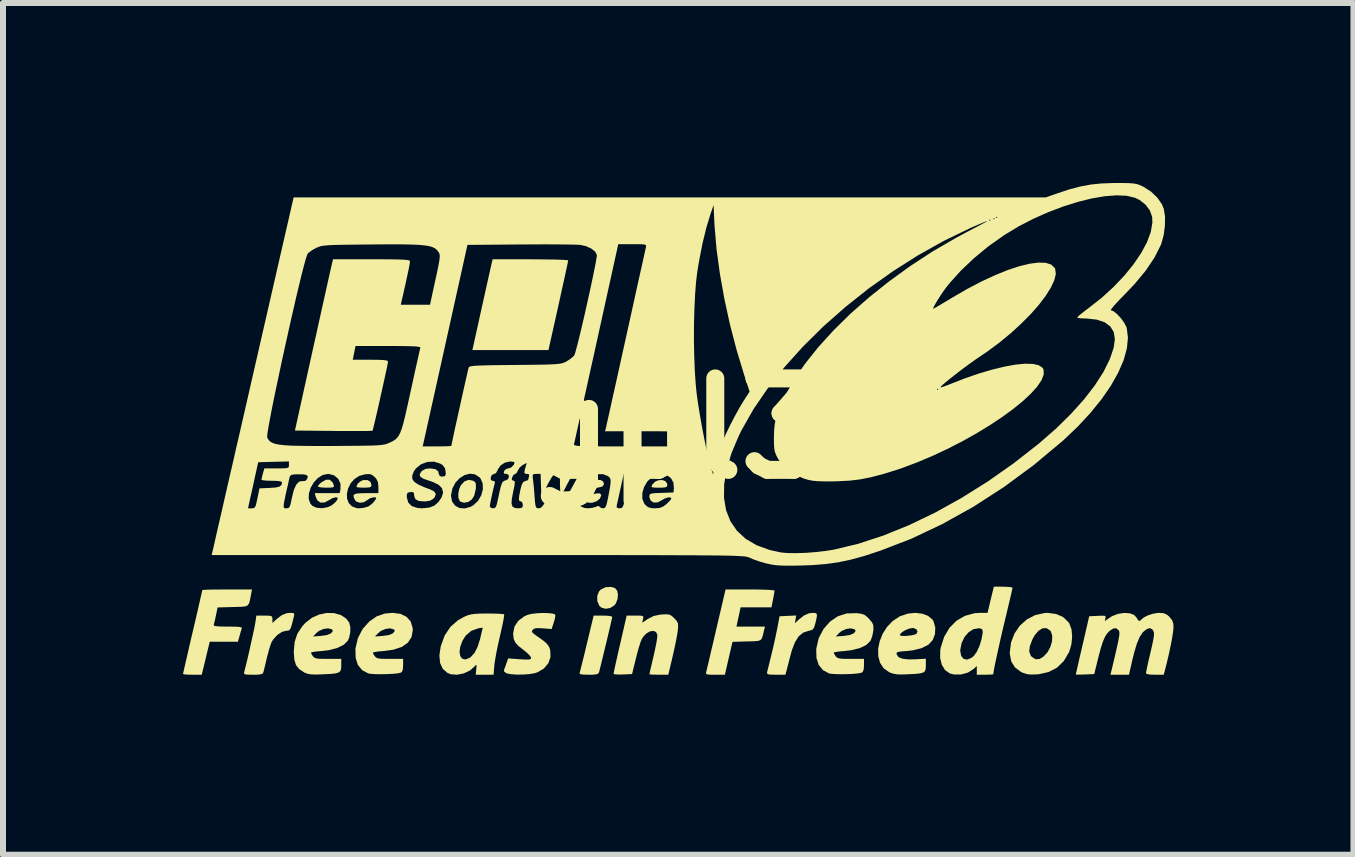
<source format=kicad_pcb>
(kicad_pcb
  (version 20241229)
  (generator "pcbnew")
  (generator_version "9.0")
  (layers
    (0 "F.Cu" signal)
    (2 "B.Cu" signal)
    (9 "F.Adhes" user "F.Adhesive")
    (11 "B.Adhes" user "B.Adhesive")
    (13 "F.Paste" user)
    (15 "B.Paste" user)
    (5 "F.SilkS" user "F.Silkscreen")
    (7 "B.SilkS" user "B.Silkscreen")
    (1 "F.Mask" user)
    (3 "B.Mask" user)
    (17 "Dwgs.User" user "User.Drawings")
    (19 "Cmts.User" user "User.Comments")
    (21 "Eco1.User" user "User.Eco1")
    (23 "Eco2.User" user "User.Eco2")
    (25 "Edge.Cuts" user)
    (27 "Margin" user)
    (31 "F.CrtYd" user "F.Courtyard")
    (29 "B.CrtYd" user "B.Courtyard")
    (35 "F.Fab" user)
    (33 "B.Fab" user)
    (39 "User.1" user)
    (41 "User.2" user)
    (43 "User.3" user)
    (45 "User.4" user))
  (footprint "gpl3"
    (layer "F.Cu")
    (at 8.253 4.091)
    (property "Reference" "gpl3" (at 0 0 0) (layer "F.SilkS") (effects (font (size 1.524 1.524) (thickness 0.3))))
    (attr board_only exclude_from_pos_files exclude_from_bom)
    (fp_poly (pts (xy -5.128 0.89) (xy -5.112 0.943) (xy -5.118 0.968) (xy -5.145 0.981) (xy -5.201 0.985) (xy -5.238 0.986) (xy -5.307 0.984) (xy -5.353 0.978) (xy -5.364 0.973) (xy -5.344 0.921) (xy -5.294 0.878) (xy -5.249 0.859) (xy -5.176 0.859)) (stroke (width 0) (type solid)) (fill yes) (layer "F.SilkS"))
    (fp_poly (pts (xy -1.306 1.082) (xy -1.285 1.104) (xy -1.284 1.112) (xy -1.304 1.166) (xy -1.357 1.21) (xy -1.427 1.236) (xy -1.456 1.238) (xy -1.51 1.234) (xy -1.532 1.214) (xy -1.536 1.182) (xy -1.527 1.141) (xy -1.492 1.115) (xy -1.45 1.102) (xy -1.36 1.081)) (stroke (width 0) (type solid)) (fill yes) (layer "F.SilkS"))
    (fp_poly (pts (xy -5.808 0.854) (xy -5.761 0.896) (xy -5.744 0.934) (xy -5.738 0.963) (xy -5.748 0.978) (xy -5.785 0.984) (xy -5.857 0.986) (xy -5.867 0.986) (xy -5.94 0.983) (xy -5.99 0.974) (xy -6.006 0.964) (xy -5.99 0.937) (xy -5.95 0.899) (xy -5.946 0.896) (xy -5.871 0.854)) (stroke (width 0) (type solid)) (fill yes) (layer "F.SilkS"))
    (fp_poly (pts (xy -0.216 0.876) (xy -0.186 0.917) (xy -0.183 0.939) (xy -0.188 0.965) (xy -0.21 0.979) (xy -0.259 0.985) (xy -0.322 0.986) (xy -0.397 0.985) (xy -0.436 0.979) (xy -0.446 0.966) (xy -0.436 0.941) (xy -0.435 0.939) (xy -0.39 0.889) (xy -0.331 0.862) (xy -0.268 0.858)) (stroke (width 0) (type solid)) (fill yes) (layer "F.SilkS"))
    (fp_poly (pts (xy -1.053 2.66) (xy -1.018 2.702) (xy -1.005 2.769) (xy -1.013 2.845) (xy -1.041 2.916) (xy -1.065 2.947) (xy -1.134 2.991) (xy -1.21 3.004) (xy -1.279 2.986) (xy -1.317 2.952) (xy -1.35 2.873) (xy -1.35 2.787) (xy -1.319 2.713) (xy -1.292 2.684) (xy -1.209 2.644) (xy -1.117 2.64)) (stroke (width 0) (type solid)) (fill yes) (layer "F.SilkS"))
    (fp_poly (pts (xy -3.417 0.871) (xy -3.415 0.871) (xy -3.385 0.894) (xy -3.372 0.927) (xy -3.373 0.987) (xy -3.375 1.012) (xy -3.401 1.121) (xy -3.439 1.181) (xy -3.501 1.224) (xy -3.57 1.237) (xy -3.63 1.219) (xy -3.64 1.21) (xy -3.663 1.16) (xy -3.666 1.085) (xy -3.649 1.004) (xy -3.623 0.946) (xy -3.563 0.881) (xy -3.491 0.855)) (stroke (width 0) (type solid)) (fill yes) (layer "F.SilkS"))
    (fp_poly (pts (xy -2.299 -2.819) (xy -2.151 -2.817) (xy -2.024 -2.815) (xy -1.925 -2.811) (xy -1.86 -2.807) (xy -1.834 -2.803) (xy -1.834 -2.802) (xy -1.839 -2.777) (xy -1.852 -2.712) (xy -1.874 -2.613) (xy -1.901 -2.485) (xy -1.935 -2.334) (xy -1.972 -2.165) (xy -1.998 -2.046) (xy -2.163 -1.307) (xy -3.431 -1.307) (xy -3.275 -2.012) (xy -3.236 -2.187) (xy -3.2 -2.35) (xy -3.168 -2.494) (xy -3.141 -2.614) (xy -3.121 -2.704) (xy -3.109 -2.757) (xy -3.106 -2.768) (xy -3.094 -2.82) (xy -2.464 -2.82)) (stroke (width 0) (type solid)) (fill yes) (layer "F.SilkS"))
    (fp_poly (pts (xy -1.178 3.12) (xy -1.122 3.128) (xy -1.1 3.138) (xy -1.1 3.138) (xy -1.105 3.165) (xy -1.119 3.227) (xy -1.14 3.318) (xy -1.166 3.429) (xy -1.195 3.551) (xy -1.226 3.677) (xy -1.255 3.798) (xy -1.281 3.906) (xy -1.303 3.993) (xy -1.317 4.051) (xy -1.321 4.063) (xy -1.335 4.085) (xy -1.367 4.097) (xy -1.429 4.103) (xy -1.494 4.103) (xy -1.582 4.101) (xy -1.631 4.094) (xy -1.646 4.08) (xy -1.644 4.075) (xy -1.636 4.045) (xy -1.619 3.977) (xy -1.594 3.879) (xy -1.564 3.758) (xy -1.531 3.62) (xy -1.522 3.582) (xy -1.41 3.118) (xy -1.255 3.118)) (stroke (width 0) (type solid)) (fill yes) (layer "F.SilkS"))
    (fp_poly (pts (xy 1.327 2.683) (xy 1.441 2.686) (xy 1.53 2.69) (xy 1.587 2.696) (xy 1.605 2.701) (xy 1.6 2.733) (xy 1.59 2.794) (xy 1.579 2.85) (xy 1.553 2.98) (xy 1.039 2.98) (xy 0.97 3.301) (xy 1.445 3.301) (xy 1.429 3.364) (xy 1.411 3.443) (xy 1.394 3.494) (xy 1.372 3.525) (xy 1.333 3.539) (xy 1.27 3.545) (xy 1.172 3.548) (xy 1.144 3.548) (xy 0.904 3.555) (xy 0.84 3.829) (xy 0.777 4.103) (xy 0.615 4.103) (xy 0.531 4.103) (xy 0.484 4.098) (xy 0.464 4.087) (xy 0.463 4.066) (xy 0.467 4.052) (xy 0.475 4.017) (xy 0.493 3.943) (xy 0.518 3.838) (xy 0.549 3.705) (xy 0.585 3.553) (xy 0.624 3.386) (xy 0.634 3.341) (xy 0.788 2.682) (xy 1.196 2.682)) (stroke (width 0) (type solid)) (fill yes) (layer "F.SilkS"))
    (fp_poly (pts (xy 2.287 3.075) (xy 2.308 3.089) (xy 2.311 3.125) (xy 2.298 3.191) (xy 2.285 3.244) (xy 2.265 3.312) (xy 2.242 3.348) (xy 2.205 3.365) (xy 2.171 3.372) (xy 2.081 3.402) (xy 2.007 3.463) (xy 1.946 3.56) (xy 1.893 3.696) (xy 1.869 3.784) (xy 1.845 3.876) (xy 1.822 3.965) (xy 1.809 4.017) (xy 1.786 4.103) (xy 1.629 4.103) (xy 1.546 4.102) (xy 1.499 4.096) (xy 1.481 4.084) (xy 1.48 4.063) (xy 1.489 4.025) (xy 1.507 3.954) (xy 1.53 3.86) (xy 1.549 3.782) (xy 1.58 3.654) (xy 1.612 3.513) (xy 1.639 3.383) (xy 1.649 3.335) (xy 1.688 3.129) (xy 1.827 3.122) (xy 1.966 3.116) (xy 1.943 3.244) (xy 2.009 3.184) (xy 2.098 3.114) (xy 2.18 3.079) (xy 2.245 3.072)) (stroke (width 0) (type solid)) (fill yes) (layer "F.SilkS"))
    (fp_poly (pts (xy 6.298 3.091) (xy 6.415 3.143) (xy 6.502 3.227) (xy 6.519 3.253) (xy 6.554 3.35) (xy 6.564 3.47) (xy 6.551 3.599) (xy 6.515 3.721) (xy 6.512 3.727) (xy 6.425 3.875) (xy 6.312 3.985) (xy 6.172 4.058) (xy 6.005 4.095) (xy 5.972 4.097) (xy 5.876 4.1) (xy 5.806 4.092) (xy 5.743 4.071) (xy 5.708 4.054) (xy 5.61 3.98) (xy 5.549 3.881) (xy 5.525 3.756) (xy 5.525 3.735) (xy 5.527 3.717) (xy 5.849 3.717) (xy 5.874 3.785) (xy 5.892 3.805) (xy 5.953 3.845) (xy 6.019 3.841) (xy 6.084 3.803) (xy 6.152 3.731) (xy 6.201 3.64) (xy 6.229 3.543) (xy 6.232 3.452) (xy 6.208 3.379) (xy 6.197 3.366) (xy 6.137 3.327) (xy 6.071 3.33) (xy 6.002 3.371) (xy 5.938 3.448) (xy 5.901 3.516) (xy 5.858 3.63) (xy 5.849 3.717) (xy 5.527 3.717) (xy 5.545 3.567) (xy 5.603 3.416) (xy 5.693 3.285) (xy 5.81 3.181) (xy 5.948 3.109) (xy 6.104 3.075) (xy 6.155 3.072)) (stroke (width 0) (type solid)) (fill yes) (layer "F.SilkS"))
    (fp_poly (pts (xy -6.414 3.075) (xy -6.399 3.095) (xy -6.406 3.135) (xy -6.432 3.239) (xy -6.451 3.307) (xy -6.468 3.346) (xy -6.488 3.364) (xy -6.513 3.37) (xy -6.533 3.37) (xy -6.604 3.389) (xy -6.68 3.439) (xy -6.746 3.51) (xy -6.775 3.555) (xy -6.796 3.608) (xy -6.821 3.69) (xy -6.847 3.787) (xy -6.856 3.822) (xy -6.878 3.917) (xy -6.898 3.998) (xy -6.911 4.052) (xy -6.914 4.063) (xy -6.928 4.085) (xy -6.961 4.097) (xy -7.023 4.103) (xy -7.087 4.103) (xy -7.171 4.102) (xy -7.217 4.097) (xy -7.236 4.085) (xy -7.235 4.065) (xy -7.235 4.063) (xy -7.22 4.007) (xy -7.198 3.918) (xy -7.171 3.805) (xy -7.142 3.679) (xy -7.114 3.55) (xy -7.087 3.429) (xy -7.065 3.326) (xy -7.051 3.251) (xy -7.046 3.223) (xy -7.031 3.118) (xy -6.897 3.118) (xy -6.822 3.119) (xy -6.782 3.126) (xy -6.766 3.143) (xy -6.763 3.176) (xy -6.763 3.179) (xy -6.763 3.241) (xy -6.7 3.182) (xy -6.61 3.112) (xy -6.526 3.078) (xy -6.464 3.072)) (stroke (width 0) (type solid)) (fill yes) (layer "F.SilkS"))
    (fp_poly (pts (xy -7.12 2.768) (xy -7.136 2.854) (xy -7.151 2.911) (xy -7.174 2.946) (xy -7.213 2.964) (xy -7.277 2.971) (xy -7.375 2.974) (xy -7.422 2.975) (xy -7.677 2.982) (xy -7.704 3.112) (xy -7.72 3.188) (xy -7.735 3.248) (xy -7.742 3.272) (xy -7.737 3.285) (xy -7.705 3.294) (xy -7.64 3.299) (xy -7.537 3.301) (xy -7.508 3.301) (xy -7.398 3.302) (xy -7.326 3.305) (xy -7.287 3.312) (xy -7.274 3.324) (xy -7.275 3.334) (xy -7.288 3.376) (xy -7.307 3.441) (xy -7.312 3.46) (xy -7.338 3.553) (xy -7.808 3.553) (xy -7.874 3.828) (xy -7.941 4.103) (xy -8.097 4.103) (xy -8.175 4.102) (xy -8.23 4.097) (xy -8.253 4.09) (xy -8.253 4.09) (xy -8.248 4.065) (xy -8.233 4.001) (xy -8.211 3.903) (xy -8.182 3.778) (xy -8.148 3.629) (xy -8.11 3.464) (xy -8.092 3.39) (xy -8.052 3.219) (xy -8.016 3.063) (xy -7.985 2.928) (xy -7.96 2.818) (xy -7.942 2.74) (xy -7.933 2.698) (xy -7.932 2.693) (xy -7.91 2.689) (xy -7.85 2.686) (xy -7.758 2.684) (xy -7.642 2.683) (xy -7.518 2.682) (xy -7.104 2.682)) (stroke (width 0) (type solid)) (fill yes) (layer "F.SilkS"))
    (fp_poly (pts (xy -4.629 3.089) (xy -4.528 3.138) (xy -4.46 3.216) (xy -4.427 3.32) (xy -4.424 3.362) (xy -4.445 3.476) (xy -4.505 3.568) (xy -4.604 3.638) (xy -4.743 3.685) (xy -4.909 3.708) (xy -4.993 3.715) (xy -5.056 3.725) (xy -5.088 3.733) (xy -5.089 3.736) (xy -5.077 3.764) (xy -5.057 3.795) (xy -5.036 3.816) (xy -5.004 3.83) (xy -4.951 3.837) (xy -4.867 3.839) (xy -4.804 3.839) (xy -4.585 3.839) (xy -4.585 3.946) (xy -4.59 4.019) (xy -4.608 4.058) (xy -4.625 4.069) (xy -4.674 4.08) (xy -4.756 4.088) (xy -4.856 4.093) (xy -4.961 4.095) (xy -5.059 4.093) (xy -5.134 4.087) (xy -5.167 4.081) (xy -5.268 4.027) (xy -5.339 3.94) (xy -5.376 3.824) (xy -5.38 3.68) (xy -5.379 3.664) (xy -5.339 3.494) (xy -5.325 3.466) (xy -5.055 3.466) (xy -4.922 3.456) (xy -4.825 3.442) (xy -4.761 3.416) (xy -4.75 3.407) (xy -4.724 3.375) (xy -4.733 3.354) (xy -4.745 3.345) (xy -4.805 3.33) (xy -4.88 3.341) (xy -4.955 3.373) (xy -4.996 3.406) (xy -5.055 3.466) (xy -5.325 3.466) (xy -5.259 3.34) (xy -5.149 3.216) (xy -5.025 3.13) (xy -4.889 3.083) (xy -4.758 3.072)) (stroke (width 0) (type solid)) (fill yes) (layer "F.SilkS"))
    (fp_poly (pts (xy -3.076 3.084) (xy -2.988 3.087) (xy -2.926 3.092) (xy -2.902 3.097) (xy -2.902 3.123) (xy -2.912 3.185) (xy -2.93 3.276) (xy -2.955 3.387) (xy -2.97 3.452) (xy -3 3.586) (xy -3.028 3.719) (xy -3.049 3.837) (xy -3.063 3.927) (xy -3.065 3.949) (xy -3.078 4.103) (xy -3.375 4.103) (xy -3.366 4.011) (xy -3.362 3.954) (xy -3.366 3.937) (xy -3.384 3.952) (xy -3.392 3.963) (xy -3.472 4.033) (xy -3.574 4.081) (xy -3.685 4.103) (xy -3.79 4.095) (xy -3.846 4.073) (xy -3.924 4.005) (xy -3.969 3.907) (xy -3.981 3.782) (xy -3.973 3.727) (xy -3.645 3.727) (xy -3.632 3.795) (xy -3.598 3.838) (xy -3.546 3.849) (xy -3.48 3.823) (xy -3.456 3.806) (xy -3.395 3.739) (xy -3.345 3.64) (xy -3.301 3.503) (xy -3.292 3.462) (xy -3.258 3.318) (xy -3.337 3.331) (xy -3.45 3.372) (xy -3.543 3.452) (xy -3.597 3.538) (xy -3.634 3.64) (xy -3.645 3.727) (xy -3.973 3.727) (xy -3.959 3.634) (xy -3.957 3.626) (xy -3.893 3.45) (xy -3.798 3.307) (xy -3.671 3.195) (xy -3.565 3.136) (xy -3.507 3.112) (xy -3.45 3.097) (xy -3.38 3.088) (xy -3.287 3.084) (xy -3.183 3.083)) (stroke (width 0) (type solid)) (fill yes) (layer "F.SilkS"))
    (fp_poly (pts (xy -2.173 3.076) (xy -2.099 3.083) (xy -2.054 3.097) (xy -2.051 3.099) (xy -2.049 3.128) (xy -2.06 3.185) (xy -2.073 3.228) (xy -2.111 3.342) (xy -2.254 3.33) (xy -2.34 3.326) (xy -2.392 3.332) (xy -2.423 3.351) (xy -2.427 3.355) (xy -2.439 3.38) (xy -2.427 3.405) (xy -2.382 3.44) (xy -2.362 3.455) (xy -2.266 3.522) (xy -2.202 3.574) (xy -2.163 3.62) (xy -2.141 3.667) (xy -2.134 3.694) (xy -2.129 3.809) (xy -2.166 3.913) (xy -2.239 3.999) (xy -2.343 4.061) (xy -2.398 4.079) (xy -2.483 4.093) (xy -2.587 4.1) (xy -2.695 4.101) (xy -2.79 4.094) (xy -2.858 4.081) (xy -2.862 4.079) (xy -2.899 4.053) (xy -2.906 4.029) (xy -2.891 3.99) (xy -2.869 3.929) (xy -2.865 3.916) (xy -2.834 3.831) (xy -2.644 3.845) (xy -2.549 3.85) (xy -2.492 3.85) (xy -2.463 3.843) (xy -2.453 3.828) (xy -2.453 3.821) (xy -2.47 3.789) (xy -2.516 3.742) (xy -2.578 3.691) (xy -2.662 3.625) (xy -2.714 3.569) (xy -2.741 3.511) (xy -2.75 3.44) (xy -2.751 3.407) (xy -2.729 3.3) (xy -2.667 3.206) (xy -2.569 3.132) (xy -2.511 3.105) (xy -2.446 3.089) (xy -2.36 3.079) (xy -2.265 3.074)) (stroke (width 0) (type solid)) (fill yes) (layer "F.SilkS"))
    (fp_poly (pts (xy -0.146 3.102) (xy -0.106 3.125) (xy -0.067 3.162) (xy -0.025 3.208) (xy -0.005 3.248) (xy -0.002 3.301) (xy -0.007 3.36) (xy -0.017 3.43) (xy -0.036 3.532) (xy -0.061 3.652) (xy -0.089 3.778) (xy -0.093 3.795) (xy -0.166 4.103) (xy -0.324 4.103) (xy -0.402 4.102) (xy -0.458 4.099) (xy -0.481 4.095) (xy -0.481 4.094) (xy -0.476 4.07) (xy -0.463 4.01) (xy -0.442 3.922) (xy -0.417 3.815) (xy -0.411 3.793) (xy -0.386 3.678) (xy -0.365 3.574) (xy -0.352 3.493) (xy -0.348 3.444) (xy -0.348 3.441) (xy -0.37 3.391) (xy -0.415 3.372) (xy -0.472 3.381) (xy -0.532 3.416) (xy -0.587 3.474) (xy -0.608 3.509) (xy -0.629 3.56) (xy -0.655 3.643) (xy -0.684 3.746) (xy -0.707 3.836) (xy -0.77 4.092) (xy -0.924 4.099) (xy -1.001 4.1) (xy -1.056 4.096) (xy -1.078 4.087) (xy -1.078 4.087) (xy -1.073 4.06) (xy -1.06 3.996) (xy -1.039 3.9) (xy -1.012 3.78) (xy -0.981 3.643) (xy -0.969 3.593) (xy -0.86 3.118) (xy -0.716 3.118) (xy -0.638 3.118) (xy -0.596 3.124) (xy -0.581 3.138) (xy -0.584 3.165) (xy -0.587 3.177) (xy -0.602 3.237) (xy -0.505 3.173) (xy -0.41 3.124) (xy -0.299 3.101) (xy -0.274 3.099) (xy -0.196 3.096)) (stroke (width 0) (type solid)) (fill yes) (layer "F.SilkS"))
    (fp_poly (pts (xy -5.737 3.076) (xy -5.626 3.107) (xy -5.536 3.165) (xy -5.484 3.233) (xy -5.465 3.306) (xy -5.466 3.398) (xy -5.485 3.488) (xy -5.509 3.539) (xy -5.577 3.605) (xy -5.682 3.657) (xy -5.818 3.693) (xy -5.938 3.708) (xy -6.023 3.715) (xy -6.087 3.724) (xy -6.119 3.733) (xy -6.121 3.736) (xy -6.109 3.764) (xy -6.088 3.795) (xy -6.067 3.816) (xy -6.035 3.83) (xy -5.982 3.837) (xy -5.899 3.839) (xy -5.836 3.839) (xy -5.616 3.839) (xy -5.616 3.946) (xy -5.618 4.001) (xy -5.629 4.039) (xy -5.656 4.064) (xy -5.705 4.08) (xy -5.785 4.089) (xy -5.903 4.095) (xy -5.926 4.096) (xy -6.039 4.1) (xy -6.118 4.097) (xy -6.175 4.088) (xy -6.221 4.071) (xy -6.234 4.065) (xy -6.316 4.01) (xy -6.369 3.945) (xy -6.397 3.857) (xy -6.407 3.737) (xy -6.407 3.718) (xy -6.393 3.556) (xy -6.363 3.466) (xy -6.086 3.466) (xy -5.953 3.456) (xy -5.857 3.442) (xy -5.793 3.416) (xy -5.781 3.407) (xy -5.756 3.375) (xy -5.765 3.354) (xy -5.777 3.345) (xy -5.836 3.33) (xy -5.912 3.341) (xy -5.987 3.373) (xy -6.028 3.406) (xy -6.086 3.466) (xy -6.363 3.466) (xy -6.348 3.42) (xy -6.266 3.296) (xy -6.21 3.235) (xy -6.105 3.154) (xy -5.985 3.1) (xy -5.859 3.074)) (stroke (width 0) (type solid)) (fill yes) (layer "F.SilkS"))
    (fp_poly (pts (xy 4.066 3.086) (xy 4.165 3.124) (xy 4.237 3.185) (xy 4.253 3.211) (xy 4.283 3.314) (xy 4.278 3.426) (xy 4.24 3.526) (xy 4.167 3.604) (xy 4.054 3.661) (xy 3.904 3.697) (xy 3.805 3.708) (xy 3.716 3.715) (xy 3.664 3.723) (xy 3.641 3.735) (xy 3.637 3.755) (xy 3.64 3.764) (xy 3.67 3.809) (xy 3.737 3.837) (xy 3.842 3.848) (xy 3.949 3.846) (xy 4.126 3.836) (xy 4.126 3.944) (xy 4.124 4.001) (xy 4.113 4.04) (xy 4.086 4.065) (xy 4.036 4.08) (xy 3.954 4.089) (xy 3.834 4.095) (xy 3.828 4.096) (xy 3.718 4.099) (xy 3.639 4.096) (xy 3.579 4.085) (xy 3.524 4.065) (xy 3.512 4.059) (xy 3.422 3.995) (xy 3.363 3.904) (xy 3.333 3.795) (xy 3.331 3.673) (xy 3.356 3.547) (xy 3.398 3.441) (xy 3.691 3.441) (xy 3.711 3.454) (xy 3.761 3.458) (xy 3.827 3.454) (xy 3.895 3.445) (xy 3.949 3.431) (xy 3.972 3.419) (xy 3.987 3.38) (xy 3.967 3.345) (xy 3.919 3.325) (xy 3.904 3.324) (xy 3.846 3.335) (xy 3.781 3.362) (xy 3.725 3.397) (xy 3.694 3.431) (xy 3.691 3.441) (xy 3.398 3.441) (xy 3.405 3.423) (xy 3.478 3.308) (xy 3.573 3.208) (xy 3.689 3.132) (xy 3.702 3.126) (xy 3.825 3.085) (xy 3.949 3.072)) (stroke (width 0) (type solid)) (fill yes) (layer "F.SilkS"))
    (fp_poly (pts (xy 2.972 3.077) (xy 3.053 3.087) (xy 3.108 3.108) (xy 3.157 3.148) (xy 3.181 3.174) (xy 3.229 3.231) (xy 3.25 3.277) (xy 3.253 3.336) (xy 3.25 3.371) (xy 3.235 3.452) (xy 3.21 3.523) (xy 3.199 3.543) (xy 3.132 3.608) (xy 3.026 3.659) (xy 2.889 3.694) (xy 2.771 3.708) (xy 2.687 3.715) (xy 2.623 3.725) (xy 2.592 3.733) (xy 2.59 3.736) (xy 2.603 3.764) (xy 2.623 3.795) (xy 2.644 3.816) (xy 2.676 3.83) (xy 2.729 3.837) (xy 2.812 3.839) (xy 2.875 3.839) (xy 3.095 3.839) (xy 3.095 3.946) (xy 3.09 4.019) (xy 3.072 4.058) (xy 3.055 4.069) (xy 3.005 4.08) (xy 2.924 4.088) (xy 2.824 4.093) (xy 2.718 4.095) (xy 2.621 4.093) (xy 2.545 4.087) (xy 2.513 4.081) (xy 2.411 4.027) (xy 2.341 3.94) (xy 2.303 3.824) (xy 2.299 3.68) (xy 2.301 3.664) (xy 2.341 3.493) (xy 2.355 3.466) (xy 2.625 3.466) (xy 2.758 3.456) (xy 2.854 3.442) (xy 2.919 3.416) (xy 2.93 3.407) (xy 2.955 3.375) (xy 2.946 3.354) (xy 2.934 3.345) (xy 2.875 3.33) (xy 2.799 3.341) (xy 2.724 3.373) (xy 2.683 3.406) (xy 2.625 3.466) (xy 2.355 3.466) (xy 2.422 3.339) (xy 2.532 3.215) (xy 2.661 3.128) (xy 2.805 3.082) (xy 2.968 3.077)) (stroke (width 0) (type solid)) (fill yes) (layer "F.SilkS"))
    (fp_poly (pts (xy 5.492 2.639) (xy 5.548 2.645) (xy 5.57 2.653) (xy 5.57 2.653) (xy 5.565 2.68) (xy 5.551 2.744) (xy 5.529 2.84) (xy 5.5 2.961) (xy 5.467 3.101) (xy 5.446 3.186) (xy 5.405 3.359) (xy 5.366 3.528) (xy 5.331 3.686) (xy 5.3 3.828) (xy 5.275 3.946) (xy 5.258 4.035) (xy 5.25 4.087) (xy 5.25 4.095) (xy 5.229 4.099) (xy 5.175 4.102) (xy 5.112 4.103) (xy 4.975 4.103) (xy 4.975 3.958) (xy 4.923 4.006) (xy 4.828 4.067) (xy 4.713 4.099) (xy 4.595 4.099) (xy 4.525 4.081) (xy 4.446 4.026) (xy 4.392 3.938) (xy 4.364 3.825) (xy 4.366 3.708) (xy 4.699 3.708) (xy 4.715 3.791) (xy 4.755 3.839) (xy 4.815 3.851) (xy 4.885 3.823) (xy 4.929 3.786) (xy 4.976 3.719) (xy 5.02 3.622) (xy 5.054 3.512) (xy 5.073 3.406) (xy 5.073 3.4) (xy 5.07 3.354) (xy 5.043 3.334) (xy 5.009 3.329) (xy 4.921 3.343) (xy 4.84 3.394) (xy 4.771 3.473) (xy 4.722 3.574) (xy 4.7 3.686) (xy 4.699 3.708) (xy 4.366 3.708) (xy 4.366 3.696) (xy 4.374 3.65) (xy 4.431 3.471) (xy 4.52 3.321) (xy 4.636 3.204) (xy 4.776 3.122) (xy 4.938 3.078) (xy 5.034 3.072) (xy 5.154 3.072) (xy 5.206 2.854) (xy 5.259 2.636) (xy 5.415 2.636)) (stroke (width 0) (type solid)) (fill yes) (layer "F.SilkS"))
    (fp_poly (pts (xy 8.09 3.078) (xy 8.146 3.104) (xy 8.186 3.139) (xy 8.23 3.194) (xy 8.25 3.253) (xy 8.253 3.312) (xy 8.247 3.381) (xy 8.231 3.485) (xy 8.207 3.614) (xy 8.176 3.759) (xy 8.14 3.911) (xy 8.113 4.017) (xy 8.09 4.103) (xy 7.942 4.103) (xy 7.853 4.1) (xy 7.805 4.089) (xy 7.794 4.075) (xy 7.8 4.043) (xy 7.814 3.975) (xy 7.834 3.882) (xy 7.86 3.773) (xy 7.863 3.76) (xy 7.895 3.622) (xy 7.916 3.521) (xy 7.927 3.451) (xy 7.927 3.403) (xy 7.918 3.372) (xy 7.901 3.35) (xy 7.895 3.345) (xy 7.861 3.327) (xy 7.821 3.337) (xy 7.798 3.349) (xy 7.74 3.397) (xy 7.689 3.474) (xy 7.642 3.586) (xy 7.597 3.737) (xy 7.573 3.834) (xy 7.511 4.103) (xy 7.202 4.103) (xy 7.234 3.972) (xy 7.276 3.796) (xy 7.307 3.66) (xy 7.33 3.557) (xy 7.344 3.482) (xy 7.351 3.431) (xy 7.351 3.397) (xy 7.346 3.375) (xy 7.337 3.36) (xy 7.296 3.328) (xy 7.247 3.334) (xy 7.193 3.369) (xy 7.149 3.412) (xy 7.111 3.472) (xy 7.075 3.555) (xy 7.039 3.669) (xy 6.999 3.82) (xy 6.996 3.834) (xy 6.932 4.092) (xy 6.779 4.099) (xy 6.702 4.101) (xy 6.646 4.101) (xy 6.625 4.099) (xy 6.625 4.099) (xy 6.63 4.075) (xy 6.644 4.014) (xy 6.665 3.921) (xy 6.692 3.803) (xy 6.724 3.667) (xy 6.737 3.611) (xy 6.848 3.129) (xy 6.991 3.122) (xy 7.068 3.119) (xy 7.109 3.122) (xy 7.123 3.135) (xy 7.119 3.16) (xy 7.117 3.168) (xy 7.108 3.204) (xy 7.12 3.203) (xy 7.144 3.183) (xy 7.231 3.126) (xy 7.33 3.089) (xy 7.43 3.073) (xy 7.522 3.079) (xy 7.596 3.106) (xy 7.641 3.155) (xy 7.646 3.167) (xy 7.671 3.205) (xy 7.701 3.201) (xy 7.714 3.186) (xy 7.757 3.149) (xy 7.829 3.113) (xy 7.914 3.086) (xy 7.997 3.072) (xy 8.013 3.072)) (stroke (width 0) (type solid)) (fill yes) (layer "F.SilkS"))
    (fp_poly (pts (xy 7.51 -4.089) (xy 7.581 -4.084) (xy 7.635 -4.075) (xy 7.681 -4.061) (xy 7.73 -4.039) (xy 7.753 -4.028) (xy 7.878 -3.948) (xy 7.984 -3.847) (xy 8.062 -3.733) (xy 8.092 -3.657) (xy 8.112 -3.53) (xy 8.11 -3.381) (xy 8.09 -3.226) (xy 8.051 -3.082) (xy 8.039 -3.053) (xy 7.935 -2.847) (xy 7.789 -2.63) (xy 7.602 -2.404) (xy 7.446 -2.241) (xy 7.359 -2.152) (xy 7.288 -2.076) (xy 7.237 -2.017) (xy 7.21 -1.981) (xy 7.21 -1.971) (xy 7.256 -1.953) (xy 7.315 -1.905) (xy 7.376 -1.839) (xy 7.43 -1.765) (xy 7.467 -1.694) (xy 7.474 -1.673) (xy 7.494 -1.513) (xy 7.476 -1.334) (xy 7.422 -1.139) (xy 7.332 -0.931) (xy 7.209 -0.713) (xy 7.054 -0.488) (xy 6.869 -0.26) (xy 6.657 -0.031) (xy 6.418 0.196) (xy 6.405 0.207) (xy 5.923 0.61) (xy 5.426 0.976) (xy 4.918 1.304) (xy 4.401 1.592) (xy 3.879 1.839) (xy 3.354 2.041) (xy 3.347 2.043) (xy 3.099 2.124) (xy 2.877 2.185) (xy 2.67 2.229) (xy 2.463 2.258) (xy 2.243 2.276) (xy 2.052 2.283) (xy 1.895 2.286) (xy 1.774 2.286) (xy 1.679 2.282) (xy 1.602 2.275) (xy 1.531 2.263) (xy 1.462 2.247) (xy 1.362 2.219) (xy 1.268 2.187) (xy 1.197 2.157) (xy 1.193 2.155) (xy 1.182 2.15) (xy 1.169 2.145) (xy 1.153 2.14) (xy 1.132 2.136) (xy 1.104 2.132) (xy 1.067 2.129) (xy 1.019 2.126) (xy 0.958 2.123) (xy 0.882 2.12) (xy 0.789 2.118) (xy 0.677 2.116) (xy 0.545 2.115) (xy 0.39 2.114) (xy 0.211 2.112) (xy 0.005 2.112) (xy -0.23 2.111) (xy -0.495 2.11) (xy -0.792 2.11) (xy -1.124 2.109) (xy -1.492 2.109) (xy -1.898 2.109) (xy -2.344 2.109) (xy -2.832 2.109) (xy -3.337 2.109) (xy -7.776 2.109) (xy -7.764 2.057) (xy -7.757 2.029) (xy -7.741 1.959) (xy -7.716 1.849) (xy -7.683 1.703) (xy -7.641 1.522) (xy -7.597 1.33) (xy -7.17 1.33) (xy -7.108 1.33) (xy -7.076 1.327) (xy -7.054 1.311) (xy -7.048 1.297) (xy -6.576 1.297) (xy -6.572 1.319) (xy -6.56 1.328) (xy -6.543 1.33) (xy -6.526 1.33) (xy -6.497 1.325) (xy -6.477 1.305) (xy -6.461 1.261) (xy -6.444 1.181) (xy -6.442 1.172) (xy -6.159 1.172) (xy -6.132 1.25) (xy -6.097 1.289) (xy -6.026 1.321) (xy -5.935 1.328) (xy -5.841 1.311) (xy -5.784 1.285) (xy -5.728 1.242) (xy -5.688 1.197) (xy -5.686 1.193) (xy -5.673 1.158) (xy -5.693 1.147) (xy -5.709 1.146) (xy -5.762 1.16) (xy -5.816 1.192) (xy -5.894 1.233) (xy -5.962 1.235) (xy -6.015 1.197) (xy -6.041 1.14) (xy -6.055 1.086) (xy -5.522 1.086) (xy -5.519 1.17) (xy -5.491 1.242) (xy -5.439 1.297) (xy -5.359 1.327) (xy -5.318 1.33) (xy -5.24 1.321) (xy -5.169 1.301) (xy -5.16 1.296) (xy -5.1 1.252) (xy -5.058 1.205) (xy -5.033 1.164) (xy -5.039 1.149) (xy -5.077 1.146) (xy -5.137 1.162) (xy -5.181 1.192) (xy -5.239 1.228) (xy -5.305 1.237) (xy -5.362 1.22) (xy -5.386 1.194) (xy -5.408 1.146) (xy -4.524 1.146) (xy -4.5 1.233) (xy -4.441 1.293) (xy -4.345 1.324) (xy -4.268 1.33) (xy -4.147 1.317) (xy -4.064 1.285) (xy -3.996 1.225) (xy -3.944 1.148) (xy -3.936 1.123) (xy -3.787 1.123) (xy -3.769 1.217) (xy -3.72 1.285) (xy -3.647 1.325) (xy -3.557 1.332) (xy -3.459 1.304) (xy -3.447 1.297) (xy -3.141 1.297) (xy -3.121 1.323) (xy -3.088 1.33) (xy -3.058 1.324) (xy -3.037 1.302) (xy -3.021 1.252) (xy -2.778 1.252) (xy -2.764 1.299) (xy -2.727 1.323) (xy -2.67 1.33) (xy -2.616 1.325) (xy -2.594 1.306) (xy -2.59 1.272) (xy -2.602 1.226) (xy -2.625 1.215) (xy -2.648 1.207) (xy -2.656 1.178) (xy -2.651 1.121) (xy -2.632 1.028) (xy -2.628 1.009) (xy -2.607 0.933) (xy -2.584 0.892) (xy -2.553 0.876) (xy -2.549 0.875) (xy -2.509 0.862) (xy -2.499 0.848) (xy -2.491 0.812) (xy -2.485 0.793) (xy -2.486 0.777) (xy -2.426 0.777) (xy -2.424 0.823) (xy -2.422 0.842) (xy -2.414 0.906) (xy -2.405 0.998) (xy -2.397 1.101) (xy -2.395 1.129) (xy -2.387 1.225) (xy -2.379 1.284) (xy -2.368 1.315) (xy -2.35 1.328) (xy -2.325 1.33) (xy -2.294 1.323) (xy -2.264 1.297) (xy -2.229 1.245) (xy -2.183 1.159) (xy -2.179 1.152) (xy -2.136 1.069) (xy -2.109 1.023) (xy -2.094 1.01) (xy -2.088 1.026) (xy -2.087 1.046) (xy -2.083 1.114) (xy -2.075 1.198) (xy -2.072 1.223) (xy -2.059 1.289) (xy -2.041 1.321) (xy -2.01 1.329) (xy -2.008 1.329) (xy -1.967 1.312) (xy -1.922 1.256) (xy -1.901 1.22) (xy -1.885 1.19) (xy -1.666 1.19) (xy -1.662 1.248) (xy -1.628 1.296) (xy -1.563 1.324) (xy -1.508 1.33) (xy -1.436 1.323) (xy -1.376 1.306) (xy -1.369 1.303) (xy -1.329 1.289) (xy -1.312 1.303) (xy -1.285 1.324) (xy -1.253 1.33) (xy -1.229 1.325) (xy -1.22 1.316) (xy -1.026 1.316) (xy -0.997 1.329) (xy -0.978 1.33) (xy -0.948 1.326) (xy -0.928 1.31) (xy -0.911 1.271) (xy -0.893 1.202) (xy -0.882 1.152) (xy -0.863 1.075) (xy -0.599 1.075) (xy -0.599 1.171) (xy -0.566 1.253) (xy -0.551 1.271) (xy -0.504 1.31) (xy -0.447 1.327) (xy -0.387 1.33) (xy -0.306 1.323) (xy -0.244 1.296) (xy -0.196 1.258) (xy -0.148 1.212) (xy -0.119 1.177) (xy -0.115 1.167) (xy -0.125 1.156) (xy 0.762 1.156) (xy 0.797 1.362) (xy 0.869 1.545) (xy 0.978 1.704) (xy 1.123 1.838) (xy 1.305 1.945) (xy 1.522 2.024) (xy 1.708 2.065) (xy 1.818 2.075) (xy 1.961 2.077) (xy 2.124 2.072) (xy 2.294 2.059) (xy 2.46 2.04) (xy 2.596 2.018) (xy 2.999 1.921) (xy 3.417 1.784) (xy 3.846 1.61) (xy 4.281 1.401) (xy 4.719 1.158) (xy 5.155 0.885) (xy 5.585 0.583) (xy 6.006 0.254) (xy 6.021 0.241) (xy 6.297 0.000093) (xy 6.543 -0.242) (xy 6.759 -0.482) (xy 6.94 -0.716) (xy 7.086 -0.943) (xy 7.193 -1.159) (xy 7.256 -1.346) (xy 7.276 -1.489) (xy 7.257 -1.608) (xy 7.199 -1.702) (xy 7.104 -1.772) (xy 6.971 -1.815) (xy 6.8 -1.833) (xy 6.762 -1.834) (xy 6.697 -1.837) (xy 6.656 -1.845) (xy 6.649 -1.851) (xy 6.666 -1.871) (xy 6.714 -1.911) (xy 6.782 -1.965) (xy 6.837 -2.006) (xy 7.057 -2.179) (xy 7.257 -2.362) (xy 7.435 -2.549) (xy 7.589 -2.739) (xy 7.715 -2.925) (xy 7.811 -3.105) (xy 7.874 -3.274) (xy 7.901 -3.429) (xy 7.897 -3.526) (xy 7.86 -3.632) (xy 7.787 -3.73) (xy 7.687 -3.809) (xy 7.615 -3.844) (xy 7.476 -3.878) (xy 7.305 -3.886) (xy 7.108 -3.871) (xy 6.89 -3.834) (xy 6.657 -3.776) (xy 6.413 -3.699) (xy 6.165 -3.605) (xy 5.918 -3.495) (xy 5.677 -3.371) (xy 5.448 -3.233) (xy 5.422 -3.216) (xy 5.168 -3.036) (xy 4.928 -2.838) (xy 4.71 -2.631) (xy 4.523 -2.424) (xy 4.449 -2.33) (xy 4.398 -2.258) (xy 4.347 -2.18) (xy 4.301 -2.106) (xy 4.266 -2.044) (xy 4.248 -2.004) (xy 4.248 -1.994) (xy 4.27 -2.006) (xy 4.325 -2.037) (xy 4.404 -2.084) (xy 4.502 -2.143) (xy 4.565 -2.181) (xy 4.812 -2.324) (xy 5.05 -2.449) (xy 5.277 -2.554) (xy 5.488 -2.64) (xy 5.682 -2.704) (xy 5.855 -2.746) (xy 6.003 -2.765) (xy 6.124 -2.761) (xy 6.215 -2.732) (xy 6.272 -2.677) (xy 6.281 -2.66) (xy 6.292 -2.577) (xy 6.267 -2.472) (xy 6.21 -2.349) (xy 6.124 -2.212) (xy 6.012 -2.064) (xy 5.876 -1.909) (xy 5.719 -1.751) (xy 5.546 -1.592) (xy 5.358 -1.437) (xy 5.16 -1.289) (xy 5.034 -1.204) (xy 4.949 -1.146) (xy 4.85 -1.075) (xy 4.744 -0.997) (xy 4.639 -0.917) (xy 4.542 -0.841) (xy 4.46 -0.774) (xy 4.4 -0.723) (xy 4.37 -0.692) (xy 4.369 -0.691) (xy 4.381 -0.687) (xy 4.426 -0.7) (xy 4.496 -0.726) (xy 4.521 -0.736) (xy 4.771 -0.834) (xy 5.009 -0.916) (xy 5.233 -0.982) (xy 5.439 -1.032) (xy 5.622 -1.065) (xy 5.781 -1.08) (xy 5.911 -1.076) (xy 6.008 -1.054) (xy 6.07 -1.013) (xy 6.088 -0.981) (xy 6.09 -0.9) (xy 6.053 -0.804) (xy 5.98 -0.696) (xy 5.874 -0.579) (xy 5.739 -0.453) (xy 5.577 -0.322) (xy 5.393 -0.188) (xy 5.188 -0.052) (xy 4.968 0.082) (xy 4.734 0.213) (xy 4.49 0.338) (xy 4.24 0.455) (xy 3.987 0.562) (xy 3.734 0.657) (xy 3.633 0.691) (xy 3.408 0.761) (xy 3.211 0.812) (xy 3.03 0.848) (xy 2.852 0.869) (xy 2.664 0.879) (xy 2.568 0.881) (xy 2.43 0.881) (xy 2.326 0.878) (xy 2.247 0.871) (xy 2.18 0.859) (xy 2.116 0.841) (xy 2.082 0.83) (xy 1.908 0.751) (xy 1.772 0.647) (xy 1.67 0.516) (xy 1.662 0.502) (xy 1.63 0.441) (xy 1.61 0.388) (xy 1.599 0.33) (xy 1.595 0.253) (xy 1.594 0.149) (xy 1.598 0.023) (xy 1.608 -0.077) (xy 1.629 -0.17) (xy 1.659 -0.264) (xy 1.768 -0.525) (xy 1.84 -0.653) (xy 4.31 -0.653) (xy 4.321 -0.642) (xy 4.333 -0.653) (xy 4.321 -0.665) (xy 4.31 -0.653) (xy 1.84 -0.653) (xy 1.919 -0.796) (xy 2.108 -1.073) (xy 2.331 -1.353) (xy 2.587 -1.635) (xy 2.871 -1.914) (xy 3.182 -2.188) (xy 3.515 -2.453) (xy 3.867 -2.708) (xy 4.236 -2.949) (xy 4.619 -3.172) (xy 4.82 -3.28) (xy 4.933 -3.339) (xy 5.029 -3.39) (xy 5.102 -3.429) (xy 5.145 -3.454) (xy 5.154 -3.461) (xy 5.128 -3.452) (xy 5.069 -3.428) (xy 4.985 -3.392) (xy 4.883 -3.348) (xy 4.863 -3.339) (xy 4.426 -3.127) (xy 3.995 -2.886) (xy 3.575 -2.619) (xy 3.17 -2.331) (xy 2.783 -2.023) (xy 2.418 -1.701) (xy 2.079 -1.366) (xy 1.77 -1.023) (xy 1.494 -0.674) (xy 1.254 -0.323) (xy 1.056 0.026) (xy 1.005 0.13) (xy 0.886 0.414) (xy 0.806 0.681) (xy 0.765 0.929) (xy 0.762 1.156) (xy -0.125 1.156) (xy -0.132 1.148) (xy -0.175 1.149) (xy -0.229 1.168) (xy -0.269 1.192) (xy -0.341 1.231) (xy -0.407 1.234) (xy -0.457 1.205) (xy -0.481 1.147) (xy -0.481 1.131) (xy -0.479 1.106) (xy -0.465 1.09) (xy -0.43 1.081) (xy -0.367 1.076) (xy -0.281 1.073) (xy -0.08 1.066) (xy -0.073 1) (xy -0.08 0.903) (xy -0.122 0.827) (xy -0.189 0.777) (xy -0.274 0.757) (xy -0.368 0.773) (xy -0.436 0.808) (xy -0.515 0.882) (xy -0.57 0.975) (xy -0.599 1.075) (xy -0.863 1.075) (xy -0.851 1.027) (xy -0.82 0.942) (xy -0.786 0.894) (xy -0.746 0.876) (xy -0.719 0.877) (xy -0.661 0.87) (xy -0.63 0.841) (xy -0.612 0.803) (xy -0.624 0.779) (xy -0.67 0.766) (xy -0.757 0.761) (xy -0.78 0.761) (xy -0.91 0.761) (xy -0.961 0.994) (xy -0.984 1.097) (xy -1.004 1.188) (xy -1.019 1.254) (xy -1.025 1.278) (xy -1.026 1.316) (xy -1.22 1.316) (xy -1.211 1.306) (xy -1.195 1.265) (xy -1.178 1.192) (xy -1.163 1.118) (xy -1.141 1) (xy -1.129 0.92) (xy -1.127 0.867) (xy -1.134 0.833) (xy -1.152 0.809) (xy -1.174 0.792) (xy -1.254 0.761) (xy -1.35 0.761) (xy -1.448 0.786) (xy -1.531 0.834) (xy -1.581 0.893) (xy -1.594 0.926) (xy -1.577 0.938) (xy -1.537 0.94) (xy -1.488 0.933) (xy -1.467 0.917) (xy -1.467 0.916) (xy -1.447 0.89) (xy -1.399 0.868) (xy -1.339 0.856) (xy -1.29 0.859) (xy -1.25 0.885) (xy -1.238 0.925) (xy -1.258 0.961) (xy -1.278 0.971) (xy -1.324 0.982) (xy -1.394 0.994) (xy -1.426 0.998) (xy -1.521 1.025) (xy -1.594 1.071) (xy -1.643 1.129) (xy -1.666 1.19) (xy -1.885 1.19) (xy -1.861 1.148) (xy -1.809 1.053) (xy -1.755 0.954) (xy -1.745 0.934) (xy -1.647 0.756) (xy -1.706 0.756) (xy -1.739 0.762) (xy -1.767 0.784) (xy -1.799 0.831) (xy -1.841 0.91) (xy -1.851 0.928) (xy -1.891 1.007) (xy -1.926 1.067) (xy -1.949 1.098) (xy -1.954 1.1) (xy -1.962 1.079) (xy -1.968 1.024) (xy -1.971 0.945) (xy -1.971 0.928) (xy -1.972 0.841) (xy -1.976 0.79) (xy -1.988 0.765) (xy -2.009 0.757) (xy -2.029 0.756) (xy -2.059 0.762) (xy -2.088 0.785) (xy -2.121 0.832) (xy -2.165 0.911) (xy -2.183 0.946) (xy -2.281 1.135) (xy -2.288 0.946) (xy -2.294 0.756) (xy -2.364 0.756) (xy -2.409 0.759) (xy -2.426 0.777) (xy -2.486 0.777) (xy -2.486 0.764) (xy -2.519 0.756) (xy -2.553 0.753) (xy -2.565 0.736) (xy -2.559 0.693) (xy -2.546 0.648) (xy -2.525 0.574) (xy -2.592 0.608) (xy -2.643 0.65) (xy -2.673 0.7) (xy -2.694 0.742) (xy -2.717 0.756) (xy -2.749 0.776) (xy -2.771 0.823) (xy -2.774 0.85) (xy -2.755 0.869) (xy -2.742 0.871) (xy -2.728 0.878) (xy -2.724 0.905) (xy -2.731 0.959) (xy -2.75 1.049) (xy -2.752 1.059) (xy -2.774 1.174) (xy -2.778 1.252) (xy -3.021 1.252) (xy -3.021 1.251) (xy -3.006 1.186) (xy -2.98 1.061) (xy -2.959 0.974) (xy -2.941 0.918) (xy -2.922 0.886) (xy -2.9 0.871) (xy -2.882 0.867) (xy -2.841 0.847) (xy -2.822 0.811) (xy -2.826 0.776) (xy -2.857 0.757) (xy -2.864 0.756) (xy -2.903 0.753) (xy -2.908 0.732) (xy -2.897 0.701) (xy -2.866 0.673) (xy -2.829 0.665) (xy -2.778 0.645) (xy -2.739 0.601) (xy -2.728 0.563) (xy -2.748 0.554) (xy -2.797 0.55) (xy -2.805 0.55) (xy -2.891 0.569) (xy -2.964 0.618) (xy -3.009 0.687) (xy -3.012 0.699) (xy -3.04 0.746) (xy -3.07 0.756) (xy -3.109 0.777) (xy -3.123 0.814) (xy -3.124 0.857) (xy -3.098 0.871) (xy -3.09 0.871) (xy -3.057 0.883) (xy -3.058 0.911) (xy -3.073 0.97) (xy -3.092 1.05) (xy -3.111 1.137) (xy -3.128 1.217) (xy -3.138 1.276) (xy -3.141 1.297) (xy -3.447 1.297) (xy -3.413 1.278) (xy -3.336 1.205) (xy -3.283 1.113) (xy -3.256 1.012) (xy -3.259 0.916) (xy -3.294 0.834) (xy -3.312 0.813) (xy -3.388 0.764) (xy -3.473 0.753) (xy -3.561 0.776) (xy -3.643 0.827) (xy -3.713 0.902) (xy -3.763 0.997) (xy -3.786 1.105) (xy -3.787 1.123) (xy -3.936 1.123) (xy -3.92 1.071) (xy -3.92 1.061) (xy -3.938 0.994) (xy -3.992 0.939) (xy -4.087 0.892) (xy -4.15 0.871) (xy -4.244 0.838) (xy -4.296 0.806) (xy -4.31 0.77) (xy -4.288 0.726) (xy -4.272 0.707) (xy -4.211 0.673) (xy -4.139 0.665) (xy -4.051 0.676) (xy -4.002 0.711) (xy -3.989 0.761) (xy -3.972 0.794) (xy -3.931 0.802) (xy -3.888 0.793) (xy -3.874 0.756) (xy -3.874 0.747) (xy -3.886 0.665) (xy -3.926 0.61) (xy -3.968 0.584) (xy -4.073 0.552) (xy -4.184 0.558) (xy -4.288 0.597) (xy -4.372 0.665) (xy -4.407 0.716) (xy -4.433 0.783) (xy -4.433 0.838) (xy -4.402 0.886) (xy -4.337 0.931) (xy -4.234 0.978) (xy -4.138 1.013) (xy -4.067 1.049) (xy -4.04 1.093) (xy -4.059 1.145) (xy -4.079 1.168) (xy -4.131 1.201) (xy -4.207 1.214) (xy -4.236 1.215) (xy -4.326 1.207) (xy -4.379 1.179) (xy -4.4 1.128) (xy -4.401 1.106) (xy -4.409 1.067) (xy -4.44 1.057) (xy -4.464 1.059) (xy -4.507 1.069) (xy -4.523 1.097) (xy -4.524 1.146) (xy -5.408 1.146) (xy -5.41 1.143) (xy -5.41 1.109) (xy -5.383 1.089) (xy -5.321 1.08) (xy -5.221 1.077) (xy -5.204 1.077) (xy -4.997 1.077) (xy -4.997 0.973) (xy -5.005 0.894) (xy -5.033 0.837) (xy -5.057 0.81) (xy -5.102 0.773) (xy -5.149 0.759) (xy -5.219 0.763) (xy -5.317 0.79) (xy -5.398 0.843) (xy -5.46 0.915) (xy -5.502 0.999) (xy -5.522 1.086) (xy -6.055 1.086) (xy -6.057 1.077) (xy -5.643 1.077) (xy -5.629 1.013) (xy -5.629 0.919) (xy -5.667 0.838) (xy -5.735 0.781) (xy -5.825 0.757) (xy -5.836 0.756) (xy -5.926 0.775) (xy -6.007 0.826) (xy -6.075 0.9) (xy -6.126 0.988) (xy -6.155 1.082) (xy -6.159 1.172) (xy -6.442 1.172) (xy -6.442 1.169) (xy -6.408 1.029) (xy -6.366 0.935) (xy -6.317 0.884) (xy -6.268 0.877) (xy -6.214 0.873) (xy -6.188 0.845) (xy -6.173 0.803) (xy -6.188 0.778) (xy -6.237 0.765) (xy -6.326 0.763) (xy -6.327 0.763) (xy -6.406 0.765) (xy -6.449 0.774) (xy -6.47 0.793) (xy -6.477 0.812) (xy -6.514 0.977) (xy -6.543 1.103) (xy -6.562 1.195) (xy -6.573 1.258) (xy -6.576 1.297) (xy -7.048 1.297) (xy -7.038 1.274) (xy -7.022 1.205) (xy -7.013 1.163) (xy -6.979 0.997) (xy -6.809 0.99) (xy -6.708 0.983) (xy -6.645 0.968) (xy -6.613 0.942) (xy -6.603 0.902) (xy -6.603 0.9) (xy -6.619 0.884) (xy -6.67 0.874) (xy -6.762 0.871) (xy -6.774 0.871) (xy -6.856 0.869) (xy -6.917 0.863) (xy -6.945 0.856) (xy -6.946 0.854) (xy -6.94 0.822) (xy -6.926 0.766) (xy -6.922 0.751) (xy -6.898 0.665) (xy -6.693 0.665) (xy -6.595 0.664) (xy -6.535 0.661) (xy -6.503 0.653) (xy -6.49 0.638) (xy -6.488 0.612) (xy -6.488 0.607) (xy -6.488 0.549) (xy -6.744 0.555) (xy -7 0.562) (xy -7.041 0.745) (xy -7.066 0.86) (xy -7.095 0.993) (xy -7.123 1.118) (xy -7.126 1.129) (xy -7.17 1.33) (xy -7.597 1.33) (xy -7.593 1.311) (xy -7.538 1.071) (xy -7.477 0.804) (xy -7.41 0.515) (xy -7.361 0.298) (xy -4.259 0.298) (xy -4.021 0.298) (xy -3.923 0.297) (xy -3.844 0.295) (xy -3.795 0.292) (xy -3.782 0.29) (xy -3.778 0.265) (xy -3.777 0.263) (xy -1.738 0.263) (xy -1.735 0.273) (xy -1.723 0.28) (xy -1.698 0.286) (xy -1.655 0.291) (xy -1.59 0.294) (xy -1.499 0.296) (xy -1.378 0.297) (xy -1.222 0.298) (xy -1.028 0.298) (xy -0.861 0.298) (xy 0.025 0.298) (xy 0.01 0.212) (xy 0.003 0.162) (xy -0.004 0.123) (xy -0.015 0.094) (xy -0.037 0.073) (xy -0.074 0.059) (xy -0.132 0.051) (xy -0.215 0.047) (xy -0.33 0.046) (xy -0.481 0.046) (xy -0.623 0.046) (xy -1.22 0.046) (xy -1.206 -0.009) (xy -1.199 -0.04) (xy -1.183 -0.113) (xy -1.158 -0.222) (xy -1.127 -0.364) (xy -1.089 -0.536) (xy -1.045 -0.732) (xy -0.997 -0.95) (xy -0.945 -1.185) (xy -0.89 -1.434) (xy -0.881 -1.475) (xy 0.261 -1.475) (xy 0.266 -1.217) (xy 0.275 -0.972) (xy 0.29 -0.75) (xy 0.306 -0.585) (xy 0.329 -0.42) (xy 0.359 -0.235) (xy 0.393 -0.04) (xy 0.43 0.153) (xy 0.468 0.336) (xy 0.504 0.495) (xy 0.537 0.621) (xy 0.539 0.629) (xy 0.579 0.764) (xy 0.631 0.56) (xy 0.661 0.451) (xy 0.693 0.343) (xy 0.723 0.255) (xy 0.73 0.236) (xy 0.786 0.107) (xy 0.859 -0.044) (xy 0.94 -0.201) (xy 1.02 -0.346) (xy 1.09 -0.462) (xy 1.189 -0.615) (xy 1.099 -0.891) (xy 0.973 -1.306) (xy 0.862 -1.732) (xy 0.768 -2.162) (xy 0.693 -2.583) (xy 0.638 -2.987) (xy 0.606 -3.364) (xy 0.603 -3.413) (xy 0.6 -3.473) (xy 5.181 -3.473) (xy 5.192 -3.462) (xy 5.204 -3.473) (xy 5.192 -3.484) (xy 5.181 -3.473) (xy 0.6 -3.473) (xy 0.599 -3.496) (xy 5.25 -3.496) (xy 5.261 -3.484) (xy 5.273 -3.496) (xy 5.261 -3.507) (xy 5.25 -3.496) (xy 0.599 -3.496) (xy 0.598 -3.519) (xy 5.295 -3.519) (xy 5.307 -3.507) (xy 5.318 -3.519) (xy 5.307 -3.53) (xy 5.295 -3.519) (xy 0.598 -3.519) (xy 0.588 -3.724) (xy 0.534 -3.564) (xy 0.467 -3.343) (xy 0.404 -3.085) (xy 0.348 -2.798) (xy 0.317 -2.613) (xy 0.296 -2.438) (xy 0.28 -2.227) (xy 0.269 -1.989) (xy 0.262 -1.736) (xy 0.261 -1.475) (xy -0.881 -1.475) (xy -0.872 -1.516) (xy -0.816 -1.768) (xy -0.763 -2.008) (xy -0.714 -2.232) (xy -0.669 -2.436) (xy -0.629 -2.615) (xy -0.595 -2.767) (xy -0.569 -2.886) (xy -0.55 -2.971) (xy -0.54 -3.015) (xy -0.539 -3.02) (xy -0.535 -3.043) (xy -0.542 -3.058) (xy -0.567 -3.067) (xy -0.619 -3.071) (xy -0.705 -3.072) (xy -0.763 -3.072) (xy -1 -3.072) (xy -1.361 -1.434) (xy -1.42 -1.166) (xy -1.477 -0.911) (xy -1.53 -0.671) (xy -1.579 -0.451) (xy -1.622 -0.255) (xy -1.66 -0.085) (xy -1.691 0.054) (xy -1.714 0.159) (xy -1.729 0.226) (xy -1.735 0.251) (xy -1.738 0.263) (xy -3.777 0.263) (xy -3.764 0.202) (xy -3.744 0.108) (xy -3.719 -0.009) (xy -3.689 -0.144) (xy -3.657 -0.289) (xy -3.624 -0.438) (xy -3.592 -0.583) (xy -3.562 -0.717) (xy -3.535 -0.835) (xy -3.514 -0.928) (xy -3.5 -0.99) (xy -3.494 -1.013) (xy -3.488 -1.024) (xy -3.472 -1.033) (xy -3.443 -1.039) (xy -3.396 -1.045) (xy -3.326 -1.049) (xy -3.229 -1.052) (xy -3.1 -1.055) (xy -2.935 -1.057) (xy -2.728 -1.059) (xy -2.721 -1.059) (xy -2.514 -1.061) (xy -2.347 -1.063) (xy -2.216 -1.065) (xy -2.115 -1.069) (xy -2.039 -1.073) (xy -1.983 -1.079) (xy -1.942 -1.086) (xy -1.91 -1.096) (xy -1.882 -1.108) (xy -1.863 -1.118) (xy -1.797 -1.16) (xy -1.745 -1.205) (xy -1.732 -1.221) (xy -1.719 -1.256) (xy -1.699 -1.329) (xy -1.671 -1.434) (xy -1.639 -1.565) (xy -1.603 -1.715) (xy -1.565 -1.879) (xy -1.527 -2.049) (xy -1.489 -2.219) (xy -1.453 -2.384) (xy -1.421 -2.536) (xy -1.394 -2.669) (xy -1.373 -2.777) (xy -1.36 -2.854) (xy -1.357 -2.893) (xy -1.357 -2.894) (xy -1.386 -2.949) (xy -1.45 -2.999) (xy -1.538 -3.039) (xy -1.635 -3.06) (xy -1.684 -3.063) (xy -1.774 -3.065) (xy -1.898 -3.067) (xy -2.049 -3.068) (xy -2.224 -3.069) (xy -2.414 -3.068) (xy -2.615 -3.067) (xy -2.633 -3.067) (xy -3.513 -3.06) (xy -3.854 -1.524) (xy -3.912 -1.262) (xy -3.968 -1.01) (xy -4.021 -0.771) (xy -4.07 -0.551) (xy -4.114 -0.353) (xy -4.152 -0.181) (xy -4.184 -0.04) (xy -4.207 0.067) (xy -4.223 0.136) (xy -4.227 0.155) (xy -4.259 0.298) (xy -7.361 0.298) (xy -7.339 0.205) (xy -7.323 0.136) (xy -6.851 0.136) (xy -6.85 0.149) (xy -6.831 0.184) (xy -6.806 0.213) (xy -6.77 0.236) (xy -6.719 0.255) (xy -6.65 0.269) (xy -6.558 0.279) (xy -6.439 0.286) (xy -6.288 0.289) (xy -6.103 0.291) (xy -5.877 0.291) (xy -5.743 0.291) (xy -5.525 0.289) (xy -5.349 0.288) (xy -5.209 0.286) (xy -5.099 0.284) (xy -5.015 0.28) (xy -4.953 0.275) (xy -4.906 0.268) (xy -4.87 0.26) (xy -4.84 0.249) (xy -4.814 0.238) (xy -4.764 0.214) (xy -4.723 0.19) (xy -4.689 0.16) (xy -4.659 0.121) (xy -4.632 0.067) (xy -4.605 -0.006) (xy -4.577 -0.105) (xy -4.546 -0.232) (xy -4.509 -0.395) (xy -4.465 -0.596) (xy -4.46 -0.619) (xy -4.422 -0.792) (xy -4.387 -0.952) (xy -4.356 -1.092) (xy -4.33 -1.207) (xy -4.311 -1.291) (xy -4.3 -1.339) (xy -4.298 -1.347) (xy -4.304 -1.356) (xy -4.334 -1.363) (xy -4.39 -1.369) (xy -4.478 -1.372) (xy -4.601 -1.374) (xy -4.764 -1.375) (xy -4.833 -1.375) (xy -5.378 -1.375) (xy -5.425 -1.146) (xy -5.131 -1.146) (xy -5.004 -1.145) (xy -4.917 -1.141) (xy -4.864 -1.135) (xy -4.84 -1.124) (xy -4.837 -1.116) (xy -4.842 -1.085) (xy -4.855 -1.018) (xy -4.875 -0.922) (xy -4.901 -0.804) (xy -4.93 -0.672) (xy -4.961 -0.533) (xy -4.992 -0.394) (xy -5.022 -0.263) (xy -5.049 -0.147) (xy -5.071 -0.054) (xy -5.087 0.01) (xy -5.095 0.036) (xy -5.095 0.037) (xy -5.12 0.039) (xy -5.184 0.041) (xy -5.283 0.042) (xy -5.41 0.042) (xy -5.558 0.042) (xy -5.723 0.041) (xy -5.747 0.04) (xy -6.388 0.034) (xy -6.087 -1.33) (xy -6.032 -1.574) (xy -5.981 -1.807) (xy -5.933 -2.024) (xy -5.889 -2.22) (xy -5.851 -2.392) (xy -5.819 -2.536) (xy -5.794 -2.647) (xy -5.777 -2.722) (xy -5.769 -2.756) (xy -5.769 -2.757) (xy -5.753 -2.82) (xy -5.112 -2.82) (xy -4.923 -2.82) (xy -4.775 -2.819) (xy -4.664 -2.817) (xy -4.583 -2.814) (xy -4.528 -2.81) (xy -4.495 -2.804) (xy -4.477 -2.796) (xy -4.471 -2.786) (xy -4.471 -2.78) (xy -4.476 -2.744) (xy -4.489 -2.672) (xy -4.51 -2.574) (xy -4.535 -2.458) (xy -4.547 -2.401) (xy -4.624 -2.063) (xy -4.137 -2.063) (xy -4.048 -2.474) (xy -4.016 -2.62) (xy -3.994 -2.728) (xy -3.981 -2.805) (xy -3.975 -2.858) (xy -3.976 -2.894) (xy -3.983 -2.92) (xy -3.996 -2.942) (xy -3.997 -2.943) (xy -4.022 -2.975) (xy -4.053 -3.002) (xy -4.096 -3.023) (xy -4.154 -3.04) (xy -4.232 -3.052) (xy -4.333 -3.061) (xy -4.463 -3.066) (xy -4.625 -3.069) (xy -4.824 -3.069) (xy -5.063 -3.068) (xy -5.105 -3.067) (xy -5.322 -3.065) (xy -5.498 -3.063) (xy -5.638 -3.061) (xy -5.747 -3.058) (xy -5.83 -3.054) (xy -5.893 -3.049) (xy -5.94 -3.042) (xy -5.976 -3.033) (xy -6.006 -3.022) (xy -6.029 -3.012) (xy -6.1 -2.973) (xy -6.159 -2.931) (xy -6.175 -2.916) (xy -6.189 -2.883) (xy -6.212 -2.81) (xy -6.241 -2.702) (xy -6.277 -2.563) (xy -6.317 -2.397) (xy -6.362 -2.21) (xy -6.409 -2.005) (xy -6.459 -1.788) (xy -6.509 -1.563) (xy -6.56 -1.334) (xy -6.61 -1.106) (xy -6.657 -0.883) (xy -6.702 -0.671) (xy -6.743 -0.473) (xy -6.779 -0.295) (xy -6.808 -0.14) (xy -6.831 -0.014) (xy -6.846 0.08) (xy -6.851 0.136) (xy -7.323 0.136) (xy -7.264 -0.123) (xy -7.185 -0.467) (xy -7.104 -0.823) (xy -7.081 -0.923) (xy -6.41 -3.851) (xy 6.124 -3.851) (xy 6.312 -3.917) (xy 6.52 -3.986) (xy 6.703 -4.034) (xy 6.876 -4.066) (xy 7.055 -4.084) (xy 7.254 -4.091) (xy 7.278 -4.091) (xy 7.412 -4.091)) (stroke (width 0) (type solid)) (fill yes) (layer "F.SilkS")))
  (gr_rect
    (start -3 -3)
    (end 19.505 11.194)
    (stroke (width 0.1) (type default))
    (fill no)
    (layer "Edge.Cuts")))
</source>
